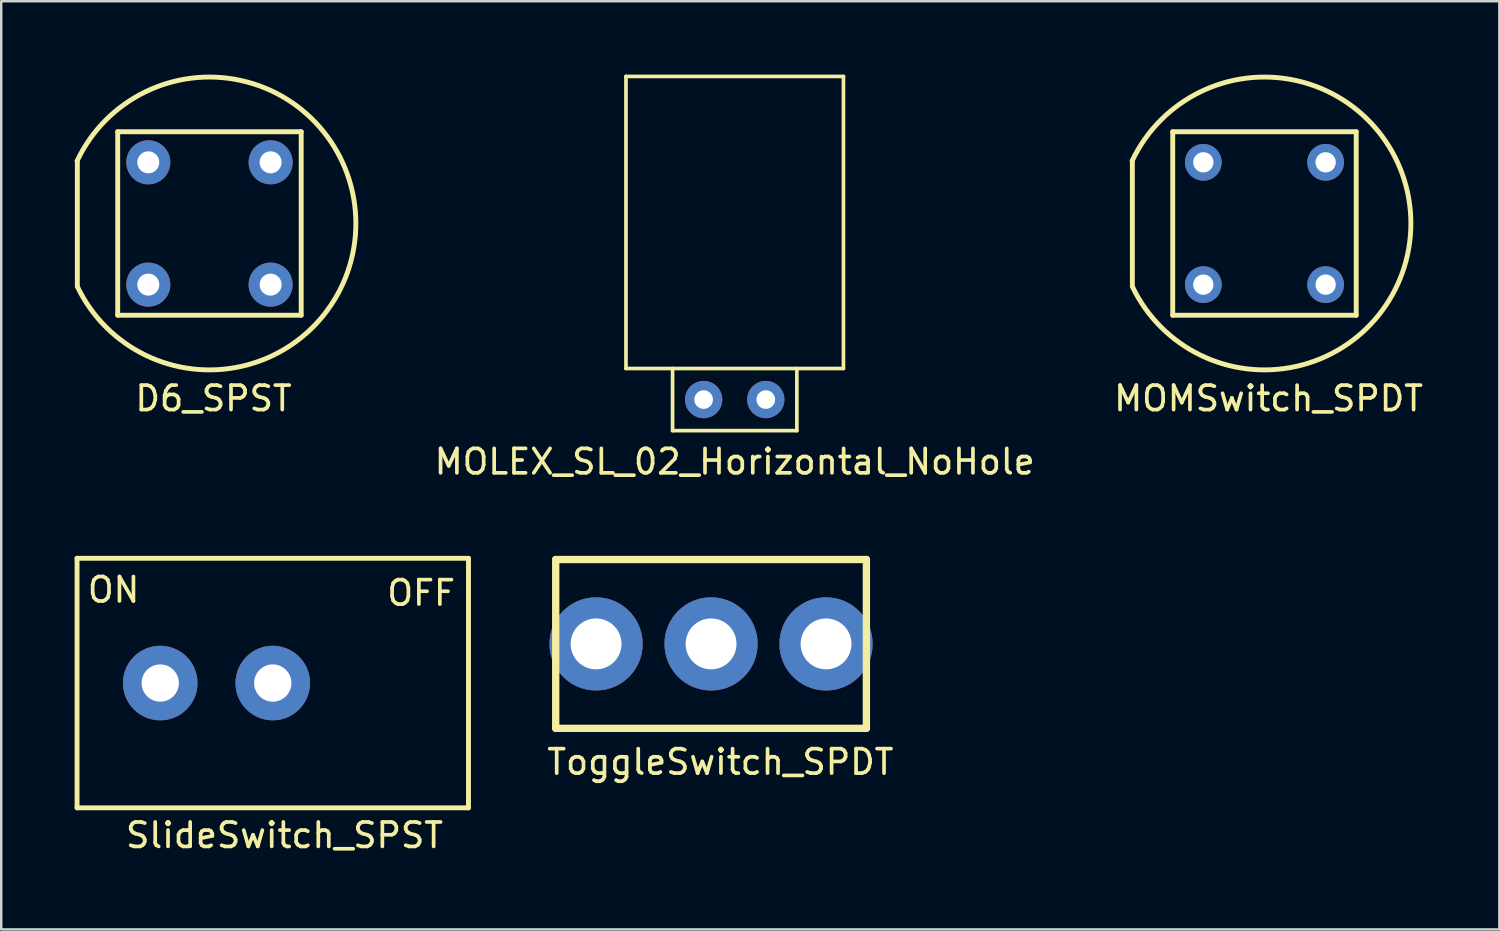
<source format=kicad_pcb>
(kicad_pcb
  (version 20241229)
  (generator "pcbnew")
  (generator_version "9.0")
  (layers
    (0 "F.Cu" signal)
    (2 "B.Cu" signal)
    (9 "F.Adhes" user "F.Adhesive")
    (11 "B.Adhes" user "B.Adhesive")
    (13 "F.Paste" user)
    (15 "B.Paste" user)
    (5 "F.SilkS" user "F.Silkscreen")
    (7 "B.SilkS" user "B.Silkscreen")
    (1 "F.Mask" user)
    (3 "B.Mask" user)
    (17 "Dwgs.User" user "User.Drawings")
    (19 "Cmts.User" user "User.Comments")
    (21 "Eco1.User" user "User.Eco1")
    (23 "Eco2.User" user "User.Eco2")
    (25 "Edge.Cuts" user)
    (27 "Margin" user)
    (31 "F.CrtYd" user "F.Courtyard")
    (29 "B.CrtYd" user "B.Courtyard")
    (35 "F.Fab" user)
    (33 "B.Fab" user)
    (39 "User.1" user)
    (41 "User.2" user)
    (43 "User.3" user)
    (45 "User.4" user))
  (footprint "ToggleSwitch_SPDT"
    (layer "F.Cu")
    (at 21.316 23.271)
    (property "Reference" "ToggleSwitch_SPDT" (at 5.08 4.826 0) (layer "F.SilkS") (effects (font (size 1 1) (thickness 0.15))))
    (attr through_hole)
    (fp_line (start -1.65 -3.45) (end 11.05 -3.45) (stroke (width 0.3) (type solid)) (layer "F.SilkS"))
    (fp_line (start -1.65 3.45) (end -1.65 -3.45) (stroke (width 0.3) (type solid)) (layer "F.SilkS"))
    (fp_line (start -1.65 3.45) (end 11.05 3.45) (stroke (width 0.3) (type solid)) (layer "F.SilkS"))
    (fp_line (start 11.05 3.45) (end 11.05 -3.45) (stroke (width 0.3) (type solid)) (layer "F.SilkS"))
    (pad "1" thru_hole circle (at 0 0) (size 3.81 3.81) (drill 2.08) (layers "*.Cu" "*.Mask"))
    (pad "2" thru_hole circle (at 4.7 0) (size 3.81 3.81) (drill 2.08) (layers "*.Cu" "*.Mask"))
    (pad "3" thru_hole circle (at 9.4 0) (size 3.81 3.81) (drill 2.08) (layers "*.Cu" "*.Mask")))
  (footprint "D6_SPST"
    (layer "F.Cu")
    (at 3.012 3.585)
    (property "Reference" "D6_SPST" (at 2.667 9.652 0) (layer "F.SilkS") (effects (font (size 1 1) (thickness 0.15))))
    (attr through_hole)
    (fp_line (start -2.901 -0.05) (end -2.901 5.05) (stroke (width 0.2) (type solid)) (layer "F.SilkS"))
    (fp_line (start -1.25 -1.25) (end -1.25 6.25) (stroke (width 0.2) (type solid)) (layer "F.SilkS"))
    (fp_line (start -1.25 6.25) (end 6.25 6.25) (stroke (width 0.2) (type solid)) (layer "F.SilkS"))
    (fp_line (start 6.25 -1.25) (end -1.25 -1.25) (stroke (width 0.2) (type solid)) (layer "F.SilkS"))
    (fp_line (start 6.25 6.25) (end 6.25 -1.25) (stroke (width 0.2) (type solid)) (layer "F.SilkS"))
    (fp_arc (start -2.911617 -0.055542) (mid 8.484665 2.486462) (end -2.9 5.079999) (stroke (width 0.2) (type solid)) (layer "F.SilkS"))
    (pad "1" thru_hole circle (at 0 0) (size 1.8 1.8) (drill 0.9) (layers "*.Cu" "*.Mask"))
    (pad "1" thru_hole circle (at 5 0) (size 1.8 1.8) (drill 0.9) (layers "*.Cu" "*.Mask"))
    (pad "2" thru_hole circle (at 0 5) (size 1.8 1.8) (drill 0.9) (layers "*.Cu" "*.Mask"))
    (pad "2" thru_hole circle (at 5 5) (size 1.8 1.8) (drill 0.9) (layers "*.Cu" "*.Mask")))
  (footprint "MOMSwitch_SPDT"
    (layer "F.Cu")
    (at 46.138 3.585)
    (property "Reference" "MOMSwitch_SPDT" (at 2.667 9.652 0) (layer "F.SilkS") (effects (font (size 1 1) (thickness 0.15))))
    (attr through_hole)
    (fp_line (start -2.901 -0.05) (end -2.901 5.05) (stroke (width 0.2) (type solid)) (layer "F.SilkS"))
    (fp_line (start -1.25 -1.25) (end -1.25 6.25) (stroke (width 0.2) (type solid)) (layer "F.SilkS"))
    (fp_line (start -1.25 6.25) (end 6.25 6.25) (stroke (width 0.2) (type solid)) (layer "F.SilkS"))
    (fp_line (start 6.25 -1.25) (end -1.25 -1.25) (stroke (width 0.2) (type solid)) (layer "F.SilkS"))
    (fp_line (start 6.25 6.25) (end 6.25 -1.25) (stroke (width 0.2) (type solid)) (layer "F.SilkS"))
    (fp_arc (start -2.911617 -0.055542) (mid 8.484665 2.486462) (end -2.9 5.079999) (stroke (width 0.2) (type solid)) (layer "F.SilkS"))
    (pad "1" thru_hole circle (at 0 0) (size 1.5 1.5) (drill 0.83) (layers "*.Cu" "*.Mask"))
    (pad "2" thru_hole circle (at 5 0) (size 1.5 1.5) (drill 0.83) (layers "*.Cu" "*.Mask"))
    (pad "3" thru_hole circle (at 0 5) (size 1.5 1.5) (drill 0.83) (layers "*.Cu" "*.Mask"))
    (pad "4" thru_hole circle (at 5 5) (size 1.5 1.5) (drill 0.83) (layers "*.Cu" "*.Mask")))
  (footprint "SlideSwitch_SPST"
    (layer "F.Cu")
    (at 3.5 24.871)
    (property "Reference" "SlideSwitch_SPST" (at 5.08 6.223 0) (layer "F.SilkS") (effects (font (size 1 1) (thickness 0.15))))
    (attr through_hole)
    (fp_line (start -3.4 -5.1) (end -3.4 5.1) (stroke (width 0.2) (type solid)) (layer "F.SilkS"))
    (fp_line (start -3.4 -5.1) (end 12.6 -5.1) (stroke (width 0.2) (type solid)) (layer "F.SilkS"))
    (fp_line (start -3.4 5.1) (end 12.6 5.1) (stroke (width 0.2) (type solid)) (layer "F.SilkS"))
    (fp_line (start 12.6 -5.1) (end 12.6 5.1) (stroke (width 0.2) (type solid)) (layer "F.SilkS"))
    (fp_text user "ON" (at -1.905 -3.81 0) (layer "F.SilkS") (effects (font (size 1 1) (thickness 0.15))))
    (fp_text user "OFF" (at 10.668 -3.683 0) (layer "F.SilkS") (effects (font (size 1 1) (thickness 0.15))))
    (pad "1" thru_hole circle (at 0 0) (size 3.048 3.048) (drill 1.524) (layers "*.Cu" "*.Mask"))
    (pad "2" thru_hole circle (at 4.6 0) (size 3.048 3.048) (drill 1.524) (layers "*.Cu" "*.Mask")))
  (footprint "MOLEX_SL_02_Horizontal_NoHole"
    (layer "F.Cu")
    (at 26.983 13.283)
    (property "Reference" "MOLEX_SL_02_Horizontal_NoHole" (at 0 2.54 0) (layer "F.SilkS") (effects (font (size 1 1) (thickness 0.15))))
    (attr through_hole)
    (fp_line (start -4.445 -13.208) (end 4.445 -13.208) (stroke (width 0.15) (type solid)) (layer "F.SilkS"))
    (fp_line (start -4.445 -1.27) (end -4.445 -13.208) (stroke (width 0.15) (type solid)) (layer "F.SilkS"))
    (fp_line (start -4.445 -1.27) (end 4.445 -1.27) (stroke (width 0.15) (type solid)) (layer "F.SilkS"))
    (fp_line (start -2.54 1.27) (end -2.54 -1.27) (stroke (width 0.15) (type solid)) (layer "F.SilkS"))
    (fp_line (start 2.54 -1.27) (end 2.54 1.27) (stroke (width 0.15) (type solid)) (layer "F.SilkS"))
    (fp_line (start 2.54 1.27) (end -2.54 1.27) (stroke (width 0.15) (type solid)) (layer "F.SilkS"))
    (fp_line (start 4.445 -1.27) (end 4.445 -13.208) (stroke (width 0.15) (type solid)) (layer "F.SilkS"))
    (pad "1" thru_hole circle (at -1.27 0) (size 1.524 1.524) (drill 0.762) (layers "*.Cu" "*.Mask"))
    (pad "2" thru_hole circle (at 1.27 0) (size 1.524 1.524) (drill 0.762) (layers "*.Cu" "*.Mask")))
  (gr_rect
    (start -3 -3)
    (end 58.239 34.943)
    (stroke (width 0.1) (type default))
    (fill no)
    (layer "Edge.Cuts")))
</source>
